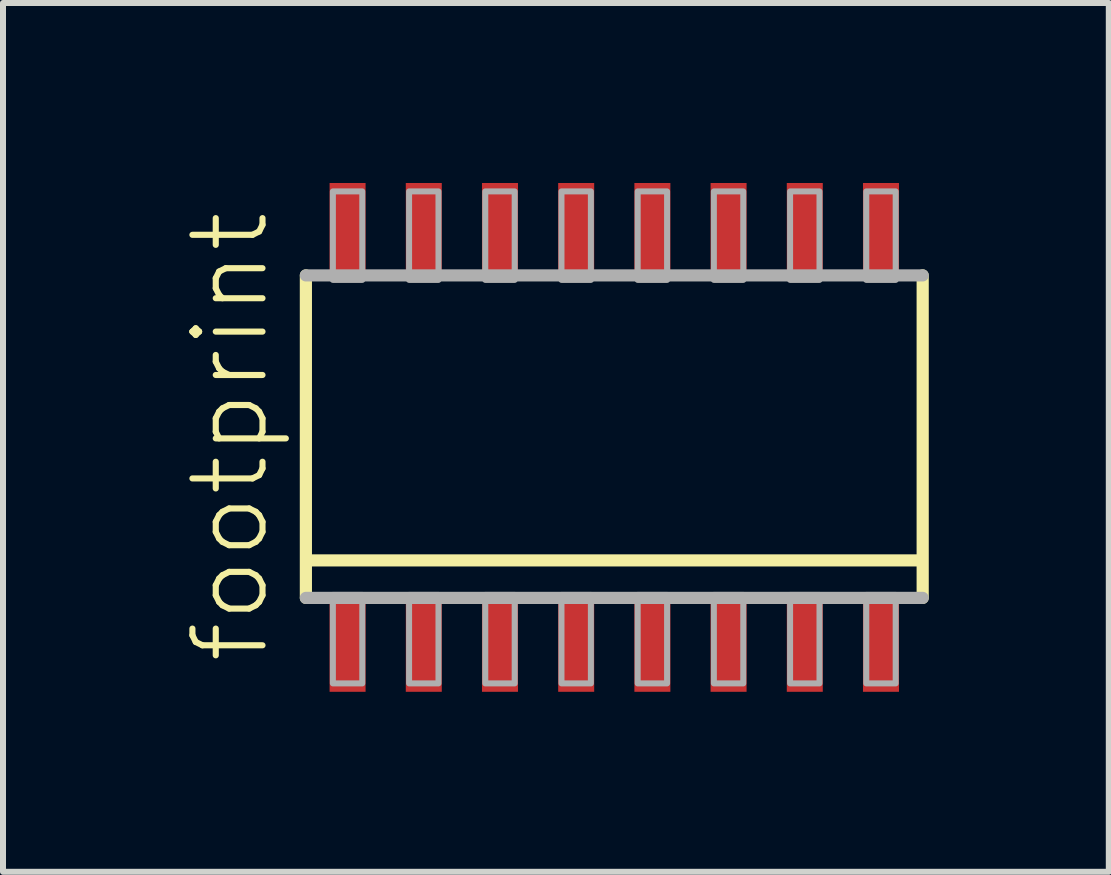
<source format=kicad_pcb>
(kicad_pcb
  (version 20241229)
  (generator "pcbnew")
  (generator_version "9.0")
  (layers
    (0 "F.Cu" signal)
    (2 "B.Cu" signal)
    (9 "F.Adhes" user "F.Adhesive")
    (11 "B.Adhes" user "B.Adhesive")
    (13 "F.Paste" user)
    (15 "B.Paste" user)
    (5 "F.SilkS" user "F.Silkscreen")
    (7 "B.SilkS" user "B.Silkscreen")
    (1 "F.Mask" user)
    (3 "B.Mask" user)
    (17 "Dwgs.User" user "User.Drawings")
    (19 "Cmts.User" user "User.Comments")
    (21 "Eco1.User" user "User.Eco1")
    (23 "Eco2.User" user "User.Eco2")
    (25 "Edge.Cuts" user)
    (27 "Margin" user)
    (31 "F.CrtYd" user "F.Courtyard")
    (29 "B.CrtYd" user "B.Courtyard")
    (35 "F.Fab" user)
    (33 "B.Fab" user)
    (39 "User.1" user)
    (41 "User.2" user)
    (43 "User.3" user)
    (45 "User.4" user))
  (footprint "footprint"
    (layer "F.Cu")
    (at 7.188 4.24)
    (property "Reference" "footprint" (at -5.715 3.81 90) (layer "F.SilkS") (effects (font (size 1.168 1.168) (thickness 0.102)) (justify left bottom)))
    (fp_line (start -5.14 2.675) (end -5.14 -2.7) (stroke (width 0.203) (type solid)) (layer "F.SilkS"))
    (fp_line (start 5.09 2.05) (end -5.09 2.05) (stroke (width 0.203) (type solid)) (layer "F.SilkS"))
    (fp_line (start 5.14 -2.7) (end 5.14 2.675) (stroke (width 0.203) (type solid)) (layer "F.SilkS"))
    (fp_line (start -5.14 -2.7) (end 5.14 -2.7) (stroke (width 0.203) (type solid)) (layer "F.Fab"))
    (fp_line (start 5.14 2.675) (end -5.14 2.675) (stroke (width 0.203) (type solid)) (layer "F.Fab"))
    (fp_poly (pts (xy -4.69 4.1) (xy -4.2 4.1) (xy -4.2 2.625) (xy -4.69 2.625)) (stroke (width 0.1) (type solid)) (fill no) (layer "F.Fab"))
    (fp_poly (pts (xy -4.2 -4.1) (xy -4.69 -4.1) (xy -4.69 -2.625) (xy -4.2 -2.625)) (stroke (width 0.1) (type solid)) (fill no) (layer "F.Fab"))
    (fp_poly (pts (xy -3.42 4.1) (xy -2.93 4.1) (xy -2.93 2.625) (xy -3.42 2.625)) (stroke (width 0.1) (type solid)) (fill no) (layer "F.Fab"))
    (fp_poly (pts (xy -2.93 -4.1) (xy -3.42 -4.1) (xy -3.42 -2.625) (xy -2.93 -2.625)) (stroke (width 0.1) (type solid)) (fill no) (layer "F.Fab"))
    (fp_poly (pts (xy -2.15 4.1) (xy -1.66 4.1) (xy -1.66 2.625) (xy -2.15 2.625)) (stroke (width 0.1) (type solid)) (fill no) (layer "F.Fab"))
    (fp_poly (pts (xy -1.66 -4.1) (xy -2.15 -4.1) (xy -2.15 -2.625) (xy -1.66 -2.625)) (stroke (width 0.1) (type solid)) (fill no) (layer "F.Fab"))
    (fp_poly (pts (xy -0.88 4.1) (xy -0.39 4.1) (xy -0.39 2.625) (xy -0.88 2.625)) (stroke (width 0.1) (type solid)) (fill no) (layer "F.Fab"))
    (fp_poly (pts (xy -0.39 -4.1) (xy -0.88 -4.1) (xy -0.88 -2.625) (xy -0.39 -2.625)) (stroke (width 0.1) (type solid)) (fill no) (layer "F.Fab"))
    (fp_poly (pts (xy 0.39 4.1) (xy 0.88 4.1) (xy 0.88 2.625) (xy 0.39 2.625)) (stroke (width 0.1) (type solid)) (fill no) (layer "F.Fab"))
    (fp_poly (pts (xy 0.88 -4.1) (xy 0.39 -4.1) (xy 0.39 -2.625) (xy 0.88 -2.625)) (stroke (width 0.1) (type solid)) (fill no) (layer "F.Fab"))
    (fp_poly (pts (xy 1.66 4.1) (xy 2.15 4.1) (xy 2.15 2.625) (xy 1.66 2.625)) (stroke (width 0.1) (type solid)) (fill no) (layer "F.Fab"))
    (fp_poly (pts (xy 2.15 -4.1) (xy 1.66 -4.1) (xy 1.66 -2.625) (xy 2.15 -2.625)) (stroke (width 0.1) (type solid)) (fill no) (layer "F.Fab"))
    (fp_poly (pts (xy 2.93 4.1) (xy 3.42 4.1) (xy 3.42 2.625) (xy 2.93 2.625)) (stroke (width 0.1) (type solid)) (fill no) (layer "F.Fab"))
    (fp_poly (pts (xy 3.42 -4.1) (xy 2.93 -4.1) (xy 2.93 -2.625) (xy 3.42 -2.625)) (stroke (width 0.1) (type solid)) (fill no) (layer "F.Fab"))
    (fp_poly (pts (xy 4.2 4.1) (xy 4.69 4.1) (xy 4.69 2.625) (xy 4.2 2.625)) (stroke (width 0.1) (type solid)) (fill no) (layer "F.Fab"))
    (fp_poly (pts (xy 4.69 -4.1) (xy 4.2 -4.1) (xy 4.2 -2.625) (xy 4.69 -2.625)) (stroke (width 0.1) (type solid)) (fill no) (layer "F.Fab"))
    (pad "1" smd rect (at -4.445 3.49) (size 0.6 1.5) (layers "F.Cu" "F.Mask" "F.Paste"))
    (pad "2" smd rect (at -3.175 3.49) (size 0.6 1.5) (layers "F.Cu" "F.Mask" "F.Paste"))
    (pad "3" smd rect (at -1.905 3.49) (size 0.6 1.5) (layers "F.Cu" "F.Mask" "F.Paste"))
    (pad "4" smd rect (at -0.635 3.49) (size 0.6 1.5) (layers "F.Cu" "F.Mask" "F.Paste"))
    (pad "5" smd rect (at 0.635 3.49) (size 0.6 1.5) (layers "F.Cu" "F.Mask" "F.Paste"))
    (pad "6" smd rect (at 1.905 3.49) (size 0.6 1.5) (layers "F.Cu" "F.Mask" "F.Paste"))
    (pad "7" smd rect (at 3.175 3.49) (size 0.6 1.5) (layers "F.Cu" "F.Mask" "F.Paste"))
    (pad "8" smd rect (at 4.445 3.49) (size 0.6 1.5) (layers "F.Cu" "F.Mask" "F.Paste"))
    (pad "9" smd rect (at 4.445 -3.49 180) (size 0.6 1.5) (layers "F.Cu" "F.Mask" "F.Paste"))
    (pad "10" smd rect (at 3.175 -3.49 180) (size 0.6 1.5) (layers "F.Cu" "F.Mask" "F.Paste"))
    (pad "11" smd rect (at 1.905 -3.49 180) (size 0.6 1.5) (layers "F.Cu" "F.Mask" "F.Paste"))
    (pad "12" smd rect (at 0.635 -3.49 180) (size 0.6 1.5) (layers "F.Cu" "F.Mask" "F.Paste"))
    (pad "13" smd rect (at -0.635 -3.49 180) (size 0.6 1.5) (layers "F.Cu" "F.Mask" "F.Paste"))
    (pad "14" smd rect (at -1.905 -3.49 180) (size 0.6 1.5) (layers "F.Cu" "F.Mask" "F.Paste"))
    (pad "15" smd rect (at -3.175 -3.49 180) (size 0.6 1.5) (layers "F.Cu" "F.Mask" "F.Paste"))
    (pad "16" smd rect (at -4.445 -3.49 180) (size 0.6 1.5) (layers "F.Cu" "F.Mask" "F.Paste")))
  (gr_rect
    (start -3 -3)
    (end 15.43 11.48)
    (stroke (width 0.1) (type default))
    (fill no)
    (layer "Edge.Cuts")))
</source>
